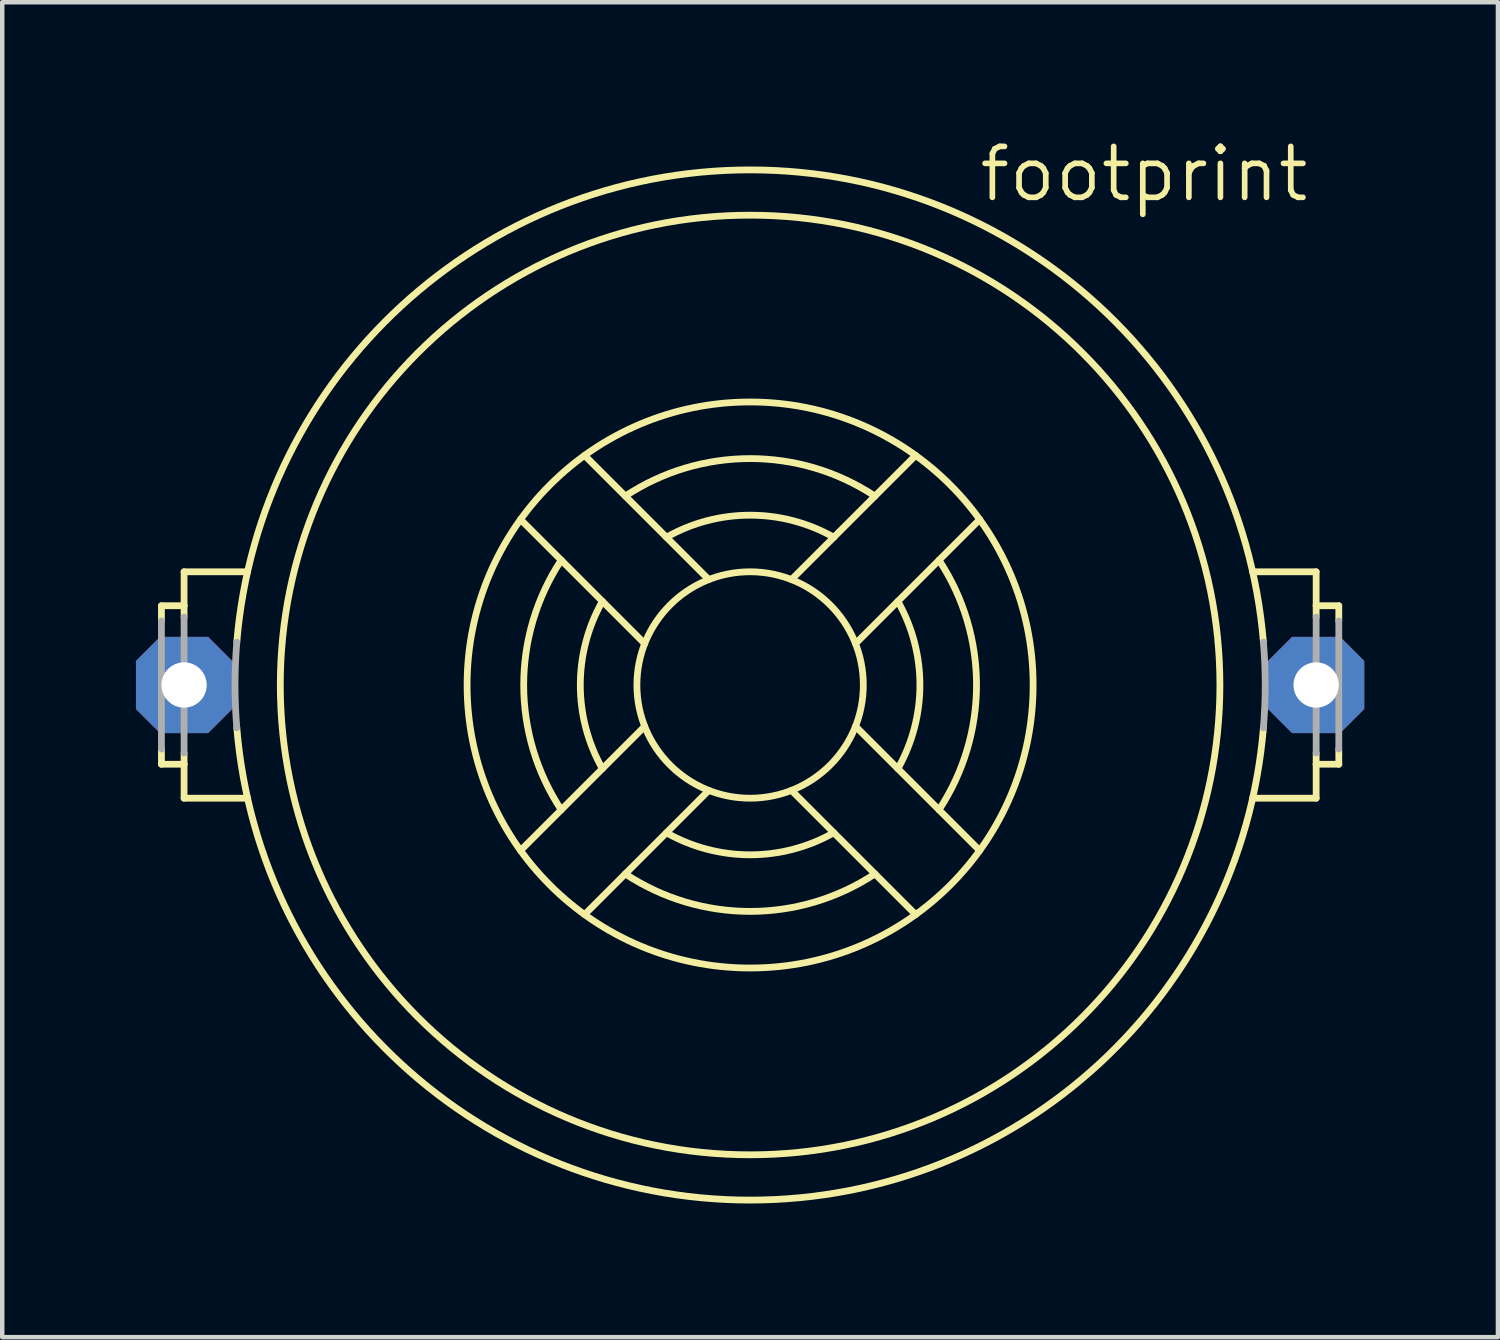
<source format=kicad_pcb>
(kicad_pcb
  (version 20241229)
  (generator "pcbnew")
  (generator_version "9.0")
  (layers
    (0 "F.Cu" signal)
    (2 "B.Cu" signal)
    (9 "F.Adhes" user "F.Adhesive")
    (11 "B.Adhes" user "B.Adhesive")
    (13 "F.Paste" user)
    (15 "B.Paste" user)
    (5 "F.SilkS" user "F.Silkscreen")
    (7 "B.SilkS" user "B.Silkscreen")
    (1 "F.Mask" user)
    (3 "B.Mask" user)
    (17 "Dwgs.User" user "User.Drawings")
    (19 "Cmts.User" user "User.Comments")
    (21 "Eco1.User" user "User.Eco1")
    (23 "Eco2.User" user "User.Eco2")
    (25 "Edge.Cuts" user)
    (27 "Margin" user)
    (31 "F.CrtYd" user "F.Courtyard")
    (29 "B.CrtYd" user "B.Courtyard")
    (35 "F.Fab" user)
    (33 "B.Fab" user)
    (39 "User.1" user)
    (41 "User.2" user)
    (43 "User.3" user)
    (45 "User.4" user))
  (footprint "footprint"
    (layer "F.Cu")
    (at 13.78 12.319)
    (property "Reference" "footprint" (at 5.08 -10.795 0) (layer "F.SilkS") (effects (font (size 1.143 1.143) (thickness 0.127)) (justify left bottom)))
    (fp_line (start -13.208 -1.778) (end -13.208 -1.437) (stroke (width 0.152) (type solid)) (layer "F.SilkS"))
    (fp_line (start -13.208 1.437) (end -13.208 1.778) (stroke (width 0.152) (type solid)) (layer "F.SilkS"))
    (fp_line (start -13.208 1.778) (end -12.7 1.778) (stroke (width 0.152) (type solid)) (layer "F.SilkS"))
    (fp_line (start -12.7 -2.54) (end -12.7 -1.778) (stroke (width 0.152) (type solid)) (layer "F.SilkS"))
    (fp_line (start -12.7 -2.54) (end -11.274 -2.54) (stroke (width 0.152) (type solid)) (layer "F.SilkS"))
    (fp_line (start -12.7 -1.778) (end -13.208 -1.778) (stroke (width 0.152) (type solid)) (layer "F.SilkS"))
    (fp_line (start -12.7 -1.778) (end -12.7 -1.524) (stroke (width 0.152) (type solid)) (layer "F.SilkS"))
    (fp_line (start -12.7 1.524) (end -12.7 1.778) (stroke (width 0.152) (type solid)) (layer "F.SilkS"))
    (fp_line (start -12.7 1.778) (end -12.7 2.54) (stroke (width 0.152) (type solid)) (layer "F.SilkS"))
    (fp_line (start -12.7 2.54) (end -11.274 2.54) (stroke (width 0.152) (type solid)) (layer "F.SilkS"))
    (fp_line (start -5.151 -3.714) (end -2.365 -0.928) (stroke (width 0.152) (type solid)) (layer "F.SilkS"))
    (fp_line (start -5.151 3.714) (end -2.365 0.928) (stroke (width 0.152) (type solid)) (layer "F.SilkS"))
    (fp_line (start -3.714 -5.151) (end -0.928 -2.365) (stroke (width 0.152) (type solid)) (layer "F.SilkS"))
    (fp_line (start -3.714 5.151) (end -0.928 2.365) (stroke (width 0.152) (type solid)) (layer "F.SilkS"))
    (fp_line (start 0.928 -2.365) (end 3.714 -5.151) (stroke (width 0.152) (type solid)) (layer "F.SilkS"))
    (fp_line (start 0.928 2.365) (end 3.714 5.151) (stroke (width 0.152) (type solid)) (layer "F.SilkS"))
    (fp_line (start 2.365 -0.928) (end 5.151 -3.714) (stroke (width 0.152) (type solid)) (layer "F.SilkS"))
    (fp_line (start 2.365 0.928) (end 5.151 3.714) (stroke (width 0.152) (type solid)) (layer "F.SilkS"))
    (fp_line (start 12.7 -2.54) (end 11.274 -2.54) (stroke (width 0.152) (type solid)) (layer "F.SilkS"))
    (fp_line (start 12.7 -2.54) (end 12.7 -1.778) (stroke (width 0.152) (type solid)) (layer "F.SilkS"))
    (fp_line (start 12.7 -1.778) (end 12.7 -1.524) (stroke (width 0.152) (type solid)) (layer "F.SilkS"))
    (fp_line (start 12.7 -1.778) (end 13.208 -1.778) (stroke (width 0.152) (type solid)) (layer "F.SilkS"))
    (fp_line (start 12.7 1.524) (end 12.7 1.778) (stroke (width 0.152) (type solid)) (layer "F.SilkS"))
    (fp_line (start 12.7 1.778) (end 12.7 2.54) (stroke (width 0.152) (type solid)) (layer "F.SilkS"))
    (fp_line (start 12.7 2.54) (end 11.274 2.54) (stroke (width 0.152) (type solid)) (layer "F.SilkS"))
    (fp_line (start 13.208 -1.778) (end 13.208 -1.437) (stroke (width 0.152) (type solid)) (layer "F.SilkS"))
    (fp_line (start 13.208 1.437) (end 13.208 1.778) (stroke (width 0.152) (type solid)) (layer "F.SilkS"))
    (fp_line (start 13.208 1.778) (end 12.7 1.778) (stroke (width 0.152) (type solid)) (layer "F.SilkS"))
    (fp_arc (start -11.517 -0.9608) (mid 0 -11.557008) (end 11.517 -0.9608) (stroke (width 0.1524) (type solid)) (layer "F.SilkS"))
    (fp_arc (start -4.2379 2.8011) (mid -5.079956 0) (end -4.2379 -2.8011) (stroke (width 0.1524) (type solid)) (layer "F.SilkS"))
    (fp_arc (start -3.3149 1.8781) (mid -3.809963 0) (end -3.3149 -1.8781) (stroke (width 0.1524) (type solid)) (layer "F.SilkS"))
    (fp_arc (start -2.8011 -4.2379) (mid 0 -5.079956) (end 2.8011 -4.2379) (stroke (width 0.1524) (type solid)) (layer "F.SilkS"))
    (fp_arc (start -1.8781 -3.3149) (mid 0 -3.809963) (end 1.8781 -3.3149) (stroke (width 0.1524) (type solid)) (layer "F.SilkS"))
    (fp_arc (start 1.8781 3.3149) (mid 0 3.809963) (end -1.8781 3.3149) (stroke (width 0.1524) (type solid)) (layer "F.SilkS"))
    (fp_arc (start 2.8011 4.2379) (mid 0 5.079956) (end -2.8011 4.2379) (stroke (width 0.1524) (type solid)) (layer "F.SilkS"))
    (fp_arc (start 3.3149 -1.8781) (mid 3.809963 0) (end 3.3149 1.8781) (stroke (width 0.1524) (type solid)) (layer "F.SilkS"))
    (fp_arc (start 4.2379 -2.8011) (mid 5.079956 0) (end 4.2379 2.8011) (stroke (width 0.1524) (type solid)) (layer "F.SilkS"))
    (fp_arc (start 11.517 0.9608) (mid 0 11.557008) (end -11.517 0.9608) (stroke (width 0.1524) (type solid)) (layer "F.SilkS"))
    (fp_circle (center 0 0) (end 2.54 0) (stroke (width 0.152) (type solid)) (fill no) (layer "F.SilkS"))
    (fp_circle (center 0 0) (end 6.35 0) (stroke (width 0.152) (type solid)) (fill no) (layer "F.SilkS"))
    (fp_circle (center 0 0) (end 10.541 0) (stroke (width 0.152) (type solid)) (fill no) (layer "F.SilkS"))
    (fp_line (start -13.208 -1.437) (end -13.208 1.437) (stroke (width 0.152) (type solid)) (layer "F.Fab"))
    (fp_line (start -12.7 -1.524) (end -12.7 1.524) (stroke (width 0.152) (type solid)) (layer "F.Fab"))
    (fp_line (start 12.7 -1.524) (end 12.7 1.524) (stroke (width 0.152) (type solid)) (layer "F.Fab"))
    (fp_line (start 13.208 -1.437) (end 13.208 1.437) (stroke (width 0.152) (type solid)) (layer "F.Fab"))
    (fp_arc (start -11.517 0.9608) (mid -11.557008 0) (end -11.517 -0.9608) (stroke (width 0.1524) (type solid)) (layer "F.Fab"))
    (fp_arc (start 11.517 -0.9608) (mid 11.557008 0) (end 11.517 0.9608) (stroke (width 0.1524) (type solid)) (layer "F.Fab"))
    (pad "+" thru_hole roundrect (at 12.7 0) (size 2.159 2.159) (drill 1.016) (layers "*.Cu" "*.Mask") (roundrect_rratio 0.25) (chamfer_ratio 0.25) (chamfer top_left top_right bottom_left bottom_right))
    (pad "-" thru_hole roundrect (at -12.7 0) (size 2.159 2.159) (drill 1.016) (layers "*.Cu" "*.Mask") (roundrect_rratio 0.25) (chamfer_ratio 0.25) (chamfer top_left top_right bottom_left bottom_right)))
  (gr_rect
    (start -3 -3)
    (end 30.559 26.952)
    (stroke (width 0.1) (type default))
    (fill no)
    (layer "Edge.Cuts")))
</source>
